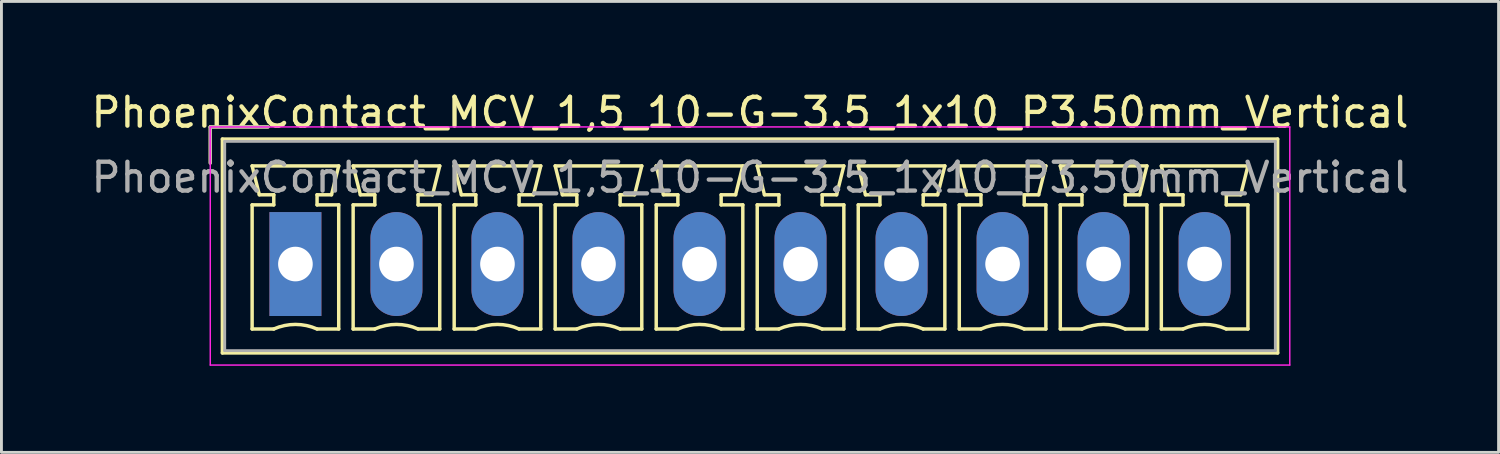
<source format=kicad_pcb>
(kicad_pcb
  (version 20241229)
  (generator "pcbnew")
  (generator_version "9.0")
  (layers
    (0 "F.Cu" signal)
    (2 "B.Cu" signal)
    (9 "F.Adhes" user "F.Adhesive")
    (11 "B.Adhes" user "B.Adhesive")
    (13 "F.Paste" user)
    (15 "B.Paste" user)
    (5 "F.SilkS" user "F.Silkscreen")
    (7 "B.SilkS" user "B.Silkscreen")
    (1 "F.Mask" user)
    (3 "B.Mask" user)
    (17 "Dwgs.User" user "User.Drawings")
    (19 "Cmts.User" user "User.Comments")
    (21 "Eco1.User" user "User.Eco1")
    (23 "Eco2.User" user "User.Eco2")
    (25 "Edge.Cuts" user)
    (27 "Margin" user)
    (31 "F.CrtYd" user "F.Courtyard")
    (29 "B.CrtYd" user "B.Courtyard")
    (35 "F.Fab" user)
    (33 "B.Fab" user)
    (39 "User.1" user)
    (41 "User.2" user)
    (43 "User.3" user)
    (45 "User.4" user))
  (footprint "PhoenixContact_MCV_1,5_10-G-3.5_1x10_P3.50mm_Vertical"
    (layer "F.Cu")
    (at 7.185 6.098)
    (property "Reference" "PhoenixContact_MCV_1,5_10-G-3.5_1x10_P3.50mm_Vertical" (at 15.75 -5.25 0) (layer "F.SilkS") (effects (font (size 1 1) (thickness 0.15))))
    (attr through_hole)
    (fp_line (start -2.95 -4.75) (end -0.95 -4.75) (stroke (width 0.12) (type solid)) (layer "F.SilkS"))
    (fp_line (start -2.95 -3.5) (end -2.95 -4.75) (stroke (width 0.12) (type solid)) (layer "F.SilkS"))
    (fp_line (start -2.53 -4.33) (end -2.53 3.08) (stroke (width 0.12) (type solid)) (layer "F.SilkS"))
    (fp_line (start -2.53 3.08) (end 34.03 3.08) (stroke (width 0.12) (type solid)) (layer "F.SilkS"))
    (fp_line (start -1.5 -3.4) (end 1.5 -3.4) (stroke (width 0.12) (type solid)) (layer "F.SilkS"))
    (fp_line (start -1.5 -2.05) (end -0.75 -2.05) (stroke (width 0.12) (type solid)) (layer "F.SilkS"))
    (fp_line (start -1.5 2.25) (end -1.5 -2.05) (stroke (width 0.12) (type solid)) (layer "F.SilkS"))
    (fp_line (start -1.25 -2.4) (end -1.5 -3.4) (stroke (width 0.12) (type solid)) (layer "F.SilkS"))
    (fp_line (start -0.75 -2.4) (end -1.25 -2.4) (stroke (width 0.12) (type solid)) (layer "F.SilkS"))
    (fp_line (start -0.75 -2.05) (end -0.75 -2.4) (stroke (width 0.12) (type solid)) (layer "F.SilkS"))
    (fp_line (start -0.75 2.25) (end -1.5 2.25) (stroke (width 0.12) (type solid)) (layer "F.SilkS"))
    (fp_line (start 0.75 -2.4) (end 0.75 -2.05) (stroke (width 0.12) (type solid)) (layer "F.SilkS"))
    (fp_line (start 0.75 -2.05) (end 1.5 -2.05) (stroke (width 0.12) (type solid)) (layer "F.SilkS"))
    (fp_line (start 1.25 -2.4) (end 0.75 -2.4) (stroke (width 0.12) (type solid)) (layer "F.SilkS"))
    (fp_line (start 1.5 -3.4) (end 1.25 -2.4) (stroke (width 0.12) (type solid)) (layer "F.SilkS"))
    (fp_line (start 1.5 -2.05) (end 1.5 2.25) (stroke (width 0.12) (type solid)) (layer "F.SilkS"))
    (fp_line (start 1.5 2.25) (end 0.75 2.25) (stroke (width 0.12) (type solid)) (layer "F.SilkS"))
    (fp_line (start 2 -3.4) (end 5 -3.4) (stroke (width 0.12) (type solid)) (layer "F.SilkS"))
    (fp_line (start 2 -2.05) (end 2.75 -2.05) (stroke (width 0.12) (type solid)) (layer "F.SilkS"))
    (fp_line (start 2 2.25) (end 2 -2.05) (stroke (width 0.12) (type solid)) (layer "F.SilkS"))
    (fp_line (start 2.25 -2.4) (end 2 -3.4) (stroke (width 0.12) (type solid)) (layer "F.SilkS"))
    (fp_line (start 2.75 -2.4) (end 2.25 -2.4) (stroke (width 0.12) (type solid)) (layer "F.SilkS"))
    (fp_line (start 2.75 -2.05) (end 2.75 -2.4) (stroke (width 0.12) (type solid)) (layer "F.SilkS"))
    (fp_line (start 2.75 2.25) (end 2 2.25) (stroke (width 0.12) (type solid)) (layer "F.SilkS"))
    (fp_line (start 4.25 -2.4) (end 4.25 -2.05) (stroke (width 0.12) (type solid)) (layer "F.SilkS"))
    (fp_line (start 4.25 -2.05) (end 5 -2.05) (stroke (width 0.12) (type solid)) (layer "F.SilkS"))
    (fp_line (start 4.75 -2.4) (end 4.25 -2.4) (stroke (width 0.12) (type solid)) (layer "F.SilkS"))
    (fp_line (start 5 -3.4) (end 4.75 -2.4) (stroke (width 0.12) (type solid)) (layer "F.SilkS"))
    (fp_line (start 5 -2.05) (end 5 2.25) (stroke (width 0.12) (type solid)) (layer "F.SilkS"))
    (fp_line (start 5 2.25) (end 4.25 2.25) (stroke (width 0.12) (type solid)) (layer "F.SilkS"))
    (fp_line (start 5.5 -3.4) (end 8.5 -3.4) (stroke (width 0.12) (type solid)) (layer "F.SilkS"))
    (fp_line (start 5.5 -2.05) (end 6.25 -2.05) (stroke (width 0.12) (type solid)) (layer "F.SilkS"))
    (fp_line (start 5.5 2.25) (end 5.5 -2.05) (stroke (width 0.12) (type solid)) (layer "F.SilkS"))
    (fp_line (start 5.75 -2.4) (end 5.5 -3.4) (stroke (width 0.12) (type solid)) (layer "F.SilkS"))
    (fp_line (start 6.25 -2.4) (end 5.75 -2.4) (stroke (width 0.12) (type solid)) (layer "F.SilkS"))
    (fp_line (start 6.25 -2.05) (end 6.25 -2.4) (stroke (width 0.12) (type solid)) (layer "F.SilkS"))
    (fp_line (start 6.25 2.25) (end 5.5 2.25) (stroke (width 0.12) (type solid)) (layer "F.SilkS"))
    (fp_line (start 7.75 -2.4) (end 7.75 -2.05) (stroke (width 0.12) (type solid)) (layer "F.SilkS"))
    (fp_line (start 7.75 -2.05) (end 8.5 -2.05) (stroke (width 0.12) (type solid)) (layer "F.SilkS"))
    (fp_line (start 8.25 -2.4) (end 7.75 -2.4) (stroke (width 0.12) (type solid)) (layer "F.SilkS"))
    (fp_line (start 8.5 -3.4) (end 8.25 -2.4) (stroke (width 0.12) (type solid)) (layer "F.SilkS"))
    (fp_line (start 8.5 -2.05) (end 8.5 2.25) (stroke (width 0.12) (type solid)) (layer "F.SilkS"))
    (fp_line (start 8.5 2.25) (end 7.75 2.25) (stroke (width 0.12) (type solid)) (layer "F.SilkS"))
    (fp_line (start 9 -3.4) (end 12 -3.4) (stroke (width 0.12) (type solid)) (layer "F.SilkS"))
    (fp_line (start 9 -2.05) (end 9.75 -2.05) (stroke (width 0.12) (type solid)) (layer "F.SilkS"))
    (fp_line (start 9 2.25) (end 9 -2.05) (stroke (width 0.12) (type solid)) (layer "F.SilkS"))
    (fp_line (start 9.25 -2.4) (end 9 -3.4) (stroke (width 0.12) (type solid)) (layer "F.SilkS"))
    (fp_line (start 9.75 -2.4) (end 9.25 -2.4) (stroke (width 0.12) (type solid)) (layer "F.SilkS"))
    (fp_line (start 9.75 -2.05) (end 9.75 -2.4) (stroke (width 0.12) (type solid)) (layer "F.SilkS"))
    (fp_line (start 9.75 2.25) (end 9 2.25) (stroke (width 0.12) (type solid)) (layer "F.SilkS"))
    (fp_line (start 11.25 -2.4) (end 11.25 -2.05) (stroke (width 0.12) (type solid)) (layer "F.SilkS"))
    (fp_line (start 11.25 -2.05) (end 12 -2.05) (stroke (width 0.12) (type solid)) (layer "F.SilkS"))
    (fp_line (start 11.75 -2.4) (end 11.25 -2.4) (stroke (width 0.12) (type solid)) (layer "F.SilkS"))
    (fp_line (start 12 -3.4) (end 11.75 -2.4) (stroke (width 0.12) (type solid)) (layer "F.SilkS"))
    (fp_line (start 12 -2.05) (end 12 2.25) (stroke (width 0.12) (type solid)) (layer "F.SilkS"))
    (fp_line (start 12 2.25) (end 11.25 2.25) (stroke (width 0.12) (type solid)) (layer "F.SilkS"))
    (fp_line (start 12.5 -3.4) (end 15.5 -3.4) (stroke (width 0.12) (type solid)) (layer "F.SilkS"))
    (fp_line (start 12.5 -2.05) (end 13.25 -2.05) (stroke (width 0.12) (type solid)) (layer "F.SilkS"))
    (fp_line (start 12.5 2.25) (end 12.5 -2.05) (stroke (width 0.12) (type solid)) (layer "F.SilkS"))
    (fp_line (start 12.75 -2.4) (end 12.5 -3.4) (stroke (width 0.12) (type solid)) (layer "F.SilkS"))
    (fp_line (start 13.25 -2.4) (end 12.75 -2.4) (stroke (width 0.12) (type solid)) (layer "F.SilkS"))
    (fp_line (start 13.25 -2.05) (end 13.25 -2.4) (stroke (width 0.12) (type solid)) (layer "F.SilkS"))
    (fp_line (start 13.25 2.25) (end 12.5 2.25) (stroke (width 0.12) (type solid)) (layer "F.SilkS"))
    (fp_line (start 14.75 -2.4) (end 14.75 -2.05) (stroke (width 0.12) (type solid)) (layer "F.SilkS"))
    (fp_line (start 14.75 -2.05) (end 15.5 -2.05) (stroke (width 0.12) (type solid)) (layer "F.SilkS"))
    (fp_line (start 15.25 -2.4) (end 14.75 -2.4) (stroke (width 0.12) (type solid)) (layer "F.SilkS"))
    (fp_line (start 15.5 -3.4) (end 15.25 -2.4) (stroke (width 0.12) (type solid)) (layer "F.SilkS"))
    (fp_line (start 15.5 -2.05) (end 15.5 2.25) (stroke (width 0.12) (type solid)) (layer "F.SilkS"))
    (fp_line (start 15.5 2.25) (end 14.75 2.25) (stroke (width 0.12) (type solid)) (layer "F.SilkS"))
    (fp_line (start 16 -3.4) (end 19 -3.4) (stroke (width 0.12) (type solid)) (layer "F.SilkS"))
    (fp_line (start 16 -2.05) (end 16.75 -2.05) (stroke (width 0.12) (type solid)) (layer "F.SilkS"))
    (fp_line (start 16 2.25) (end 16 -2.05) (stroke (width 0.12) (type solid)) (layer "F.SilkS"))
    (fp_line (start 16.25 -2.4) (end 16 -3.4) (stroke (width 0.12) (type solid)) (layer "F.SilkS"))
    (fp_line (start 16.75 -2.4) (end 16.25 -2.4) (stroke (width 0.12) (type solid)) (layer "F.SilkS"))
    (fp_line (start 16.75 -2.05) (end 16.75 -2.4) (stroke (width 0.12) (type solid)) (layer "F.SilkS"))
    (fp_line (start 16.75 2.25) (end 16 2.25) (stroke (width 0.12) (type solid)) (layer "F.SilkS"))
    (fp_line (start 18.25 -2.4) (end 18.25 -2.05) (stroke (width 0.12) (type solid)) (layer "F.SilkS"))
    (fp_line (start 18.25 -2.05) (end 19 -2.05) (stroke (width 0.12) (type solid)) (layer "F.SilkS"))
    (fp_line (start 18.75 -2.4) (end 18.25 -2.4) (stroke (width 0.12) (type solid)) (layer "F.SilkS"))
    (fp_line (start 19 -3.4) (end 18.75 -2.4) (stroke (width 0.12) (type solid)) (layer "F.SilkS"))
    (fp_line (start 19 -2.05) (end 19 2.25) (stroke (width 0.12) (type solid)) (layer "F.SilkS"))
    (fp_line (start 19 2.25) (end 18.25 2.25) (stroke (width 0.12) (type solid)) (layer "F.SilkS"))
    (fp_line (start 19.5 -3.4) (end 22.5 -3.4) (stroke (width 0.12) (type solid)) (layer "F.SilkS"))
    (fp_line (start 19.5 -2.05) (end 20.25 -2.05) (stroke (width 0.12) (type solid)) (layer "F.SilkS"))
    (fp_line (start 19.5 2.25) (end 19.5 -2.05) (stroke (width 0.12) (type solid)) (layer "F.SilkS"))
    (fp_line (start 19.75 -2.4) (end 19.5 -3.4) (stroke (width 0.12) (type solid)) (layer "F.SilkS"))
    (fp_line (start 20.25 -2.4) (end 19.75 -2.4) (stroke (width 0.12) (type solid)) (layer "F.SilkS"))
    (fp_line (start 20.25 -2.05) (end 20.25 -2.4) (stroke (width 0.12) (type solid)) (layer "F.SilkS"))
    (fp_line (start 20.25 2.25) (end 19.5 2.25) (stroke (width 0.12) (type solid)) (layer "F.SilkS"))
    (fp_line (start 21.75 -2.4) (end 21.75 -2.05) (stroke (width 0.12) (type solid)) (layer "F.SilkS"))
    (fp_line (start 21.75 -2.05) (end 22.5 -2.05) (stroke (width 0.12) (type solid)) (layer "F.SilkS"))
    (fp_line (start 22.25 -2.4) (end 21.75 -2.4) (stroke (width 0.12) (type solid)) (layer "F.SilkS"))
    (fp_line (start 22.5 -3.4) (end 22.25 -2.4) (stroke (width 0.12) (type solid)) (layer "F.SilkS"))
    (fp_line (start 22.5 -2.05) (end 22.5 2.25) (stroke (width 0.12) (type solid)) (layer "F.SilkS"))
    (fp_line (start 22.5 2.25) (end 21.75 2.25) (stroke (width 0.12) (type solid)) (layer "F.SilkS"))
    (fp_line (start 23 -3.4) (end 26 -3.4) (stroke (width 0.12) (type solid)) (layer "F.SilkS"))
    (fp_line (start 23 -2.05) (end 23.75 -2.05) (stroke (width 0.12) (type solid)) (layer "F.SilkS"))
    (fp_line (start 23 2.25) (end 23 -2.05) (stroke (width 0.12) (type solid)) (layer "F.SilkS"))
    (fp_line (start 23.25 -2.4) (end 23 -3.4) (stroke (width 0.12) (type solid)) (layer "F.SilkS"))
    (fp_line (start 23.75 -2.4) (end 23.25 -2.4) (stroke (width 0.12) (type solid)) (layer "F.SilkS"))
    (fp_line (start 23.75 -2.05) (end 23.75 -2.4) (stroke (width 0.12) (type solid)) (layer "F.SilkS"))
    (fp_line (start 23.75 2.25) (end 23 2.25) (stroke (width 0.12) (type solid)) (layer "F.SilkS"))
    (fp_line (start 25.25 -2.4) (end 25.25 -2.05) (stroke (width 0.12) (type solid)) (layer "F.SilkS"))
    (fp_line (start 25.25 -2.05) (end 26 -2.05) (stroke (width 0.12) (type solid)) (layer "F.SilkS"))
    (fp_line (start 25.75 -2.4) (end 25.25 -2.4) (stroke (width 0.12) (type solid)) (layer "F.SilkS"))
    (fp_line (start 26 -3.4) (end 25.75 -2.4) (stroke (width 0.12) (type solid)) (layer "F.SilkS"))
    (fp_line (start 26 -2.05) (end 26 2.25) (stroke (width 0.12) (type solid)) (layer "F.SilkS"))
    (fp_line (start 26 2.25) (end 25.25 2.25) (stroke (width 0.12) (type solid)) (layer "F.SilkS"))
    (fp_line (start 26.5 -3.4) (end 29.5 -3.4) (stroke (width 0.12) (type solid)) (layer "F.SilkS"))
    (fp_line (start 26.5 -2.05) (end 27.25 -2.05) (stroke (width 0.12) (type solid)) (layer "F.SilkS"))
    (fp_line (start 26.5 2.25) (end 26.5 -2.05) (stroke (width 0.12) (type solid)) (layer "F.SilkS"))
    (fp_line (start 26.75 -2.4) (end 26.5 -3.4) (stroke (width 0.12) (type solid)) (layer "F.SilkS"))
    (fp_line (start 27.25 -2.4) (end 26.75 -2.4) (stroke (width 0.12) (type solid)) (layer "F.SilkS"))
    (fp_line (start 27.25 -2.05) (end 27.25 -2.4) (stroke (width 0.12) (type solid)) (layer "F.SilkS"))
    (fp_line (start 27.25 2.25) (end 26.5 2.25) (stroke (width 0.12) (type solid)) (layer "F.SilkS"))
    (fp_line (start 28.75 -2.4) (end 28.75 -2.05) (stroke (width 0.12) (type solid)) (layer "F.SilkS"))
    (fp_line (start 28.75 -2.05) (end 29.5 -2.05) (stroke (width 0.12) (type solid)) (layer "F.SilkS"))
    (fp_line (start 29.25 -2.4) (end 28.75 -2.4) (stroke (width 0.12) (type solid)) (layer "F.SilkS"))
    (fp_line (start 29.5 -3.4) (end 29.25 -2.4) (stroke (width 0.12) (type solid)) (layer "F.SilkS"))
    (fp_line (start 29.5 -2.05) (end 29.5 2.25) (stroke (width 0.12) (type solid)) (layer "F.SilkS"))
    (fp_line (start 29.5 2.25) (end 28.75 2.25) (stroke (width 0.12) (type solid)) (layer "F.SilkS"))
    (fp_line (start 30 -3.4) (end 33 -3.4) (stroke (width 0.12) (type solid)) (layer "F.SilkS"))
    (fp_line (start 30 -2.05) (end 30.75 -2.05) (stroke (width 0.12) (type solid)) (layer "F.SilkS"))
    (fp_line (start 30 2.25) (end 30 -2.05) (stroke (width 0.12) (type solid)) (layer "F.SilkS"))
    (fp_line (start 30.25 -2.4) (end 30 -3.4) (stroke (width 0.12) (type solid)) (layer "F.SilkS"))
    (fp_line (start 30.75 -2.4) (end 30.25 -2.4) (stroke (width 0.12) (type solid)) (layer "F.SilkS"))
    (fp_line (start 30.75 -2.05) (end 30.75 -2.4) (stroke (width 0.12) (type solid)) (layer "F.SilkS"))
    (fp_line (start 30.75 2.25) (end 30 2.25) (stroke (width 0.12) (type solid)) (layer "F.SilkS"))
    (fp_line (start 32.25 -2.4) (end 32.25 -2.05) (stroke (width 0.12) (type solid)) (layer "F.SilkS"))
    (fp_line (start 32.25 -2.05) (end 33 -2.05) (stroke (width 0.12) (type solid)) (layer "F.SilkS"))
    (fp_line (start 32.75 -2.4) (end 32.25 -2.4) (stroke (width 0.12) (type solid)) (layer "F.SilkS"))
    (fp_line (start 33 -3.4) (end 32.75 -2.4) (stroke (width 0.12) (type solid)) (layer "F.SilkS"))
    (fp_line (start 33 -2.05) (end 33 2.25) (stroke (width 0.12) (type solid)) (layer "F.SilkS"))
    (fp_line (start 33 2.25) (end 32.25 2.25) (stroke (width 0.12) (type solid)) (layer "F.SilkS"))
    (fp_line (start 34.03 -4.33) (end -2.53 -4.33) (stroke (width 0.12) (type solid)) (layer "F.SilkS"))
    (fp_line (start 34.03 3.08) (end 34.03 -4.33) (stroke (width 0.12) (type solid)) (layer "F.SilkS"))
    (fp_arc (start -0.75 2.25) (mid -0.000193 2.09191) (end 0.749647 2.249844) (stroke (width 0.12) (type solid)) (layer "F.SilkS"))
    (fp_arc (start 2.75 2.25) (mid 3.499807 2.09191) (end 4.249647 2.249844) (stroke (width 0.12) (type solid)) (layer "F.SilkS"))
    (fp_arc (start 6.25 2.25) (mid 6.999807 2.09191) (end 7.749647 2.249844) (stroke (width 0.12) (type solid)) (layer "F.SilkS"))
    (fp_arc (start 9.75 2.25) (mid 10.499807 2.09191) (end 11.249647 2.249844) (stroke (width 0.12) (type solid)) (layer "F.SilkS"))
    (fp_arc (start 13.25 2.25) (mid 13.999807 2.09191) (end 14.749647 2.249844) (stroke (width 0.12) (type solid)) (layer "F.SilkS"))
    (fp_arc (start 16.75 2.25) (mid 17.499807 2.09191) (end 18.249647 2.249844) (stroke (width 0.12) (type solid)) (layer "F.SilkS"))
    (fp_arc (start 20.25 2.25) (mid 20.999807 2.09191) (end 21.749647 2.249844) (stroke (width 0.12) (type solid)) (layer "F.SilkS"))
    (fp_arc (start 23.75 2.25) (mid 24.499807 2.09191) (end 25.249647 2.249844) (stroke (width 0.12) (type solid)) (layer "F.SilkS"))
    (fp_arc (start 27.25 2.25) (mid 27.999807 2.09191) (end 28.749647 2.249844) (stroke (width 0.12) (type solid)) (layer "F.SilkS"))
    (fp_arc (start 30.75 2.25) (mid 31.499807 2.09191) (end 32.249647 2.249844) (stroke (width 0.12) (type solid)) (layer "F.SilkS"))
    (fp_line (start -2.95 -4.75) (end -2.95 3.5) (stroke (width 0.05) (type solid)) (layer "F.CrtYd"))
    (fp_line (start -2.95 3.5) (end 34.45 3.5) (stroke (width 0.05) (type solid)) (layer "F.CrtYd"))
    (fp_line (start 34.45 -4.75) (end -2.95 -4.75) (stroke (width 0.05) (type solid)) (layer "F.CrtYd"))
    (fp_line (start 34.45 3.5) (end 34.45 -4.75) (stroke (width 0.05) (type solid)) (layer "F.CrtYd"))
    (fp_line (start -2.95 -4.75) (end -0.95 -4.75) (stroke (width 0.1) (type solid)) (layer "F.Fab"))
    (fp_line (start -2.95 -3.5) (end -2.95 -4.75) (stroke (width 0.1) (type solid)) (layer "F.Fab"))
    (fp_line (start -2.45 -4.25) (end -2.45 3) (stroke (width 0.1) (type solid)) (layer "F.Fab"))
    (fp_line (start -2.45 3) (end 33.95 3) (stroke (width 0.1) (type solid)) (layer "F.Fab"))
    (fp_line (start 33.95 -4.25) (end -2.45 -4.25) (stroke (width 0.1) (type solid)) (layer "F.Fab"))
    (fp_line (start 33.95 3) (end 33.95 -4.25) (stroke (width 0.1) (type solid)) (layer "F.Fab"))
    (fp_text user "${REFERENCE}" (at 15.75 -3 0) (layer "F.Fab") (effects (font (size 1 1) (thickness 0.15))))
    (pad "1" thru_hole rect (at 0 0) (size 1.8 3.6) (drill 1.2) (layers "*.Cu" "*.Mask"))
    (pad "2" thru_hole oval (at 3.5 0) (size 1.8 3.6) (drill 1.2) (layers "*.Cu" "*.Mask"))
    (pad "3" thru_hole oval (at 7 0) (size 1.8 3.6) (drill 1.2) (layers "*.Cu" "*.Mask"))
    (pad "4" thru_hole oval (at 10.5 0) (size 1.8 3.6) (drill 1.2) (layers "*.Cu" "*.Mask"))
    (pad "5" thru_hole oval (at 14 0) (size 1.8 3.6) (drill 1.2) (layers "*.Cu" "*.Mask"))
    (pad "6" thru_hole oval (at 17.5 0) (size 1.8 3.6) (drill 1.2) (layers "*.Cu" "*.Mask"))
    (pad "7" thru_hole oval (at 21 0) (size 1.8 3.6) (drill 1.2) (layers "*.Cu" "*.Mask"))
    (pad "8" thru_hole oval (at 24.5 0) (size 1.8 3.6) (drill 1.2) (layers "*.Cu" "*.Mask"))
    (pad "9" thru_hole oval (at 28 0) (size 1.8 3.6) (drill 1.2) (layers "*.Cu" "*.Mask"))
    (pad "10" thru_hole oval (at 31.5 0) (size 1.8 3.6) (drill 1.2) (layers "*.Cu" "*.Mask")))
  (gr_rect
    (start -3 -3)
    (end 48.869 12.623)
    (stroke (width 0.1) (type default))
    (fill no)
    (layer "Edge.Cuts")))
</source>
